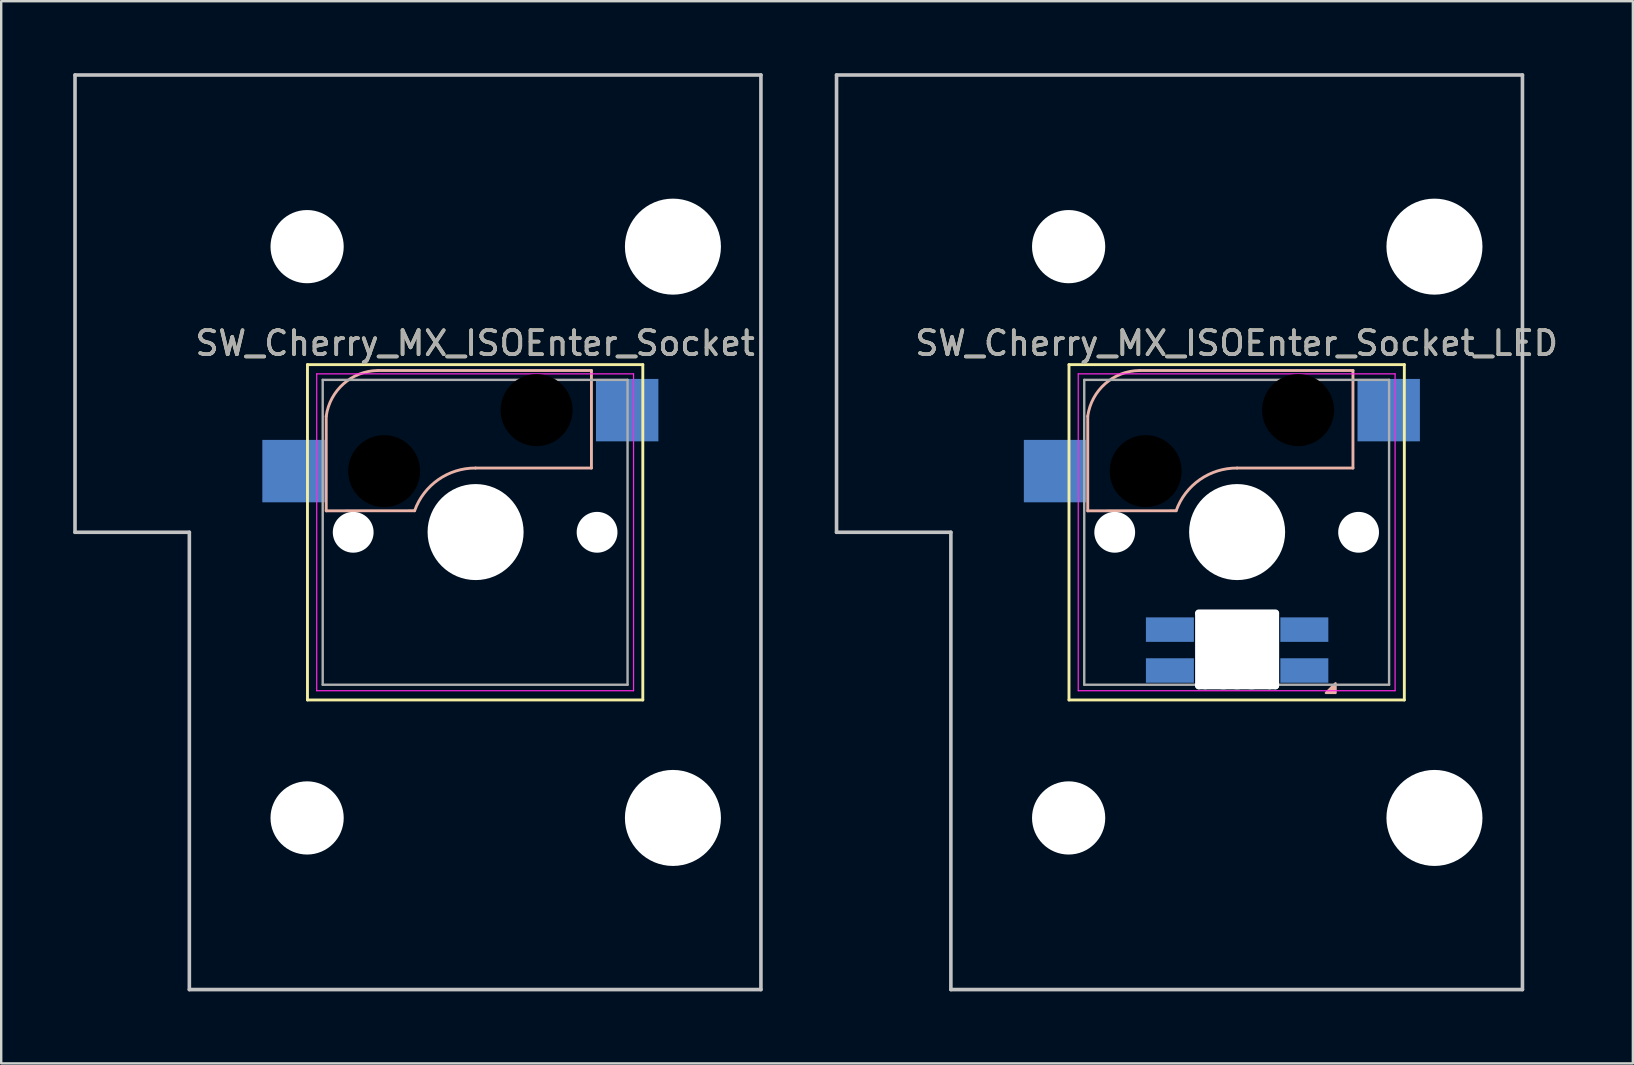
<source format=kicad_pcb>
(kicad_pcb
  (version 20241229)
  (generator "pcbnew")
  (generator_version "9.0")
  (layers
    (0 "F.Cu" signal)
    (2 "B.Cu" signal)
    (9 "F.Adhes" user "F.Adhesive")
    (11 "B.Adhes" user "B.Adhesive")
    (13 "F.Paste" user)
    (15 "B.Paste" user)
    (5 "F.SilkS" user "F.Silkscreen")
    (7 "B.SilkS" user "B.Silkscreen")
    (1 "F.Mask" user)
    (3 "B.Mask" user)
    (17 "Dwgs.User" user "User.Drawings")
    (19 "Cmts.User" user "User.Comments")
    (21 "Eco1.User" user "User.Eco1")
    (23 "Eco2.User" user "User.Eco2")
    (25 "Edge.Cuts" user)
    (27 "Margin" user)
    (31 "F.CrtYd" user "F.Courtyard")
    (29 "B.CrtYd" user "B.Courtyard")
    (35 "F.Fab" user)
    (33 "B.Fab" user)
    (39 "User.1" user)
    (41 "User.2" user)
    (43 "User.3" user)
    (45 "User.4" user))
  (footprint "SW_Cherry_MX_ISOEnter_Socket"
    (layer "F.Cu")
    (at 19.284 14.045)
    (property "Reference" "SW_Cherry_MX_ISOEnter_Socket" (at -2.54 -2.794 0) (layer "F.SilkS") (effects (font (size 1 1) (thickness 0.15))))
    (attr through_hole)
    (fp_line (start -9.525 -1.905) (end 4.445 -1.905) (stroke (width 0.12) (type solid)) (layer "F.SilkS"))
    (fp_line (start -9.525 12.065) (end -9.525 -1.905) (stroke (width 0.12) (type solid)) (layer "F.SilkS"))
    (fp_line (start 4.445 -1.905) (end 4.445 12.065) (stroke (width 0.12) (type solid)) (layer "F.SilkS"))
    (fp_line (start 4.445 12.065) (end -9.525 12.065) (stroke (width 0.12) (type solid)) (layer "F.SilkS"))
    (fp_line (start -8.744 4.186) (end -8.744 0.245) (stroke (width 0.12) (type solid)) (layer "B.SilkS"))
    (fp_line (start -8.744 4.186) (end -5.061 4.182) (stroke (width 0.12) (type solid)) (layer "B.SilkS"))
    (fp_line (start -2.521 2.404) (end 2.305 2.404) (stroke (width 0.12) (type solid)) (layer "B.SilkS"))
    (fp_line (start 2.305 -1.66) (end -6.585 -1.66) (stroke (width 0.12) (type solid)) (layer "B.SilkS"))
    (fp_line (start 2.305 2.404) (end 2.305 -1.66) (stroke (width 0.12) (type solid)) (layer "B.SilkS"))
    (fp_arc (start -8.74408 0.244744) (mid -8.018786 -1.10919) (end -6.58508 -1.660256) (stroke (width 0.12) (type solid)) (layer "B.SilkS"))
    (fp_arc (start -5.06108 4.181744) (mid -4.074771 2.887471) (end -2.52108 2.403744) (stroke (width 0.12) (type solid)) (layer "B.SilkS"))
    (fp_line (start -19.209 -13.97) (end 9.366 -13.97) (stroke (width 0.15) (type solid)) (layer "Dwgs.User"))
    (fp_line (start -19.209 5.08) (end -19.209 -13.97) (stroke (width 0.15) (type solid)) (layer "Dwgs.User"))
    (fp_line (start -14.446 5.08) (end -19.209 5.08) (stroke (width 0.15) (type solid)) (layer "Dwgs.User"))
    (fp_line (start -14.446 24.13) (end -14.446 5.08) (stroke (width 0.15) (type solid)) (layer "Dwgs.User"))
    (fp_line (start 9.366 -13.97) (end 9.366 24.13) (stroke (width 0.15) (type solid)) (layer "Dwgs.User"))
    (fp_line (start 9.366 24.13) (end -14.446 24.13) (stroke (width 0.15) (type solid)) (layer "Dwgs.User"))
    (fp_line (start -9.14 -1.52) (end 4.06 -1.52) (stroke (width 0.05) (type solid)) (layer "F.CrtYd"))
    (fp_line (start -9.14 11.68) (end -9.14 -1.52) (stroke (width 0.05) (type solid)) (layer "F.CrtYd"))
    (fp_line (start 4.06 -1.52) (end 4.06 11.68) (stroke (width 0.05) (type solid)) (layer "F.CrtYd"))
    (fp_line (start 4.06 11.68) (end -9.14 11.68) (stroke (width 0.05) (type solid)) (layer "F.CrtYd"))
    (fp_line (start -8.89 -1.27) (end 3.81 -1.27) (stroke (width 0.1) (type solid)) (layer "F.Fab"))
    (fp_line (start -8.89 11.43) (end -8.89 -1.27) (stroke (width 0.1) (type solid)) (layer "F.Fab"))
    (fp_line (start 3.81 -1.27) (end 3.81 11.43) (stroke (width 0.1) (type solid)) (layer "F.Fab"))
    (fp_line (start 3.81 11.43) (end -8.89 11.43) (stroke (width 0.1) (type solid)) (layer "F.Fab"))
    (fp_text user "${REFERENCE}" (at -2.54 -2.794 0) (layer "F.Fab") (effects (font (size 1 1) (thickness 0.15))))
    (pad "" np_thru_hole circle (at -9.54 -6.82) (size 3.05 3.05) (drill 3.05) (layers "*.Cu" "*.Mask"))
    (pad "" np_thru_hole circle (at -9.54 16.98) (size 3.05 3.05) (drill 3.05) (layers "*.Cu" "*.Mask"))
    (pad "" np_thru_hole circle (at -7.62 5.08) (size 1.7 1.7) (drill 1.7) (layers "*.Cu" "*.Mask"))
    (pad "" np_thru_hole circle (at -6.331 2.531 180) (size 3 3) (drill 3) (layers "*.Mask"))
    (pad "" np_thru_hole circle (at -2.521 5.071 90) (size 4 4) (drill 4) (layers "*.Cu" "*.Mask"))
    (pad "" np_thru_hole circle (at 0.019 -0.009 180) (size 3 3) (drill 3) (layers "*.Mask"))
    (pad "" np_thru_hole circle (at 2.54 5.08) (size 1.7 1.7) (drill 1.7) (layers "*.Cu" "*.Mask"))
    (pad "" np_thru_hole circle (at 5.7 -6.82) (size 4 4) (drill 4) (layers "*.Cu" "*.Mask"))
    (pad "" np_thru_hole circle (at 5.7 16.98) (size 4 4) (drill 4) (layers "*.Cu" "*.Mask"))
    (pad "1" smd rect (at 3.794 -0.009 180) (size 2.6 2.6) (layers "B.Cu" "B.Mask" "B.Paste"))
    (pad "2" smd rect (at -10.106 2.531 180) (size 2.6 2.6) (layers "B.Cu" "B.Mask" "B.Paste")))
  (footprint "SW_Cherry_MX_ISOEnter_Socket_LED"
    (layer "F.Cu")
    (at 51.009 14.045)
    (property "Reference" "SW_Cherry_MX_ISOEnter_Socket_LED" (at -2.54 -2.794 0) (layer "F.SilkS") (effects (font (size 1 1) (thickness 0.15))))
    (attr through_hole)
    (fp_line (start -9.525 -1.905) (end 4.445 -1.905) (stroke (width 0.12) (type solid)) (layer "F.SilkS"))
    (fp_line (start -9.525 12.065) (end -9.525 -1.905) (stroke (width 0.12) (type solid)) (layer "F.SilkS"))
    (fp_line (start 4.445 -1.905) (end 4.445 12.065) (stroke (width 0.12) (type solid)) (layer "F.SilkS"))
    (fp_line (start 4.445 12.065) (end -9.525 12.065) (stroke (width 0.12) (type solid)) (layer "F.SilkS"))
    (fp_line (start -8.744 4.186) (end -8.744 0.245) (stroke (width 0.12) (type solid)) (layer "B.SilkS"))
    (fp_line (start -8.744 4.186) (end -5.061 4.182) (stroke (width 0.12) (type solid)) (layer "B.SilkS"))
    (fp_line (start -2.521 2.404) (end 2.305 2.404) (stroke (width 0.12) (type solid)) (layer "B.SilkS"))
    (fp_line (start 2.305 -1.66) (end -6.585 -1.66) (stroke (width 0.12) (type solid)) (layer "B.SilkS"))
    (fp_line (start 2.305 2.404) (end 2.305 -1.66) (stroke (width 0.12) (type solid)) (layer "B.SilkS"))
    (fp_arc (start -8.74408 0.244744) (mid -8.018786 -1.10919) (end -6.58508 -1.660256) (stroke (width 0.12) (type solid)) (layer "B.SilkS"))
    (fp_arc (start -5.06108 4.181744) (mid -4.074771 2.887471) (end -2.52108 2.403744) (stroke (width 0.12) (type solid)) (layer "B.SilkS"))
    (fp_poly (pts (xy 1.579 11.371) (xy 1.579 11.771) (xy 1.179 11.771)) (stroke (width 0.1) (type solid)) (fill yes) (layer "B.SilkS"))
    (fp_line (start -19.209 -13.97) (end 9.366 -13.97) (stroke (width 0.15) (type solid)) (layer "Dwgs.User"))
    (fp_line (start -19.209 5.08) (end -19.209 -13.97) (stroke (width 0.15) (type solid)) (layer "Dwgs.User"))
    (fp_line (start -14.446 5.08) (end -19.209 5.08) (stroke (width 0.15) (type solid)) (layer "Dwgs.User"))
    (fp_line (start -14.446 24.13) (end -14.446 5.08) (stroke (width 0.15) (type solid)) (layer "Dwgs.User"))
    (fp_line (start 9.366 -13.97) (end 9.366 24.13) (stroke (width 0.15) (type solid)) (layer "Dwgs.User"))
    (fp_line (start 9.366 24.13) (end -14.446 24.13) (stroke (width 0.15) (type solid)) (layer "Dwgs.User"))
    (fp_line (start -9.14 -1.52) (end 4.06 -1.52) (stroke (width 0.05) (type solid)) (layer "F.CrtYd"))
    (fp_line (start -9.14 11.68) (end -9.14 -1.52) (stroke (width 0.05) (type solid)) (layer "F.CrtYd"))
    (fp_line (start 4.06 -1.52) (end 4.06 11.68) (stroke (width 0.05) (type solid)) (layer "F.CrtYd"))
    (fp_line (start 4.06 11.68) (end -9.14 11.68) (stroke (width 0.05) (type solid)) (layer "F.CrtYd"))
    (fp_line (start -8.89 -1.27) (end 3.81 -1.27) (stroke (width 0.1) (type solid)) (layer "F.Fab"))
    (fp_line (start -8.89 11.43) (end -8.89 -1.27) (stroke (width 0.1) (type solid)) (layer "F.Fab"))
    (fp_line (start 3.81 -1.27) (end 3.81 11.43) (stroke (width 0.1) (type solid)) (layer "F.Fab"))
    (fp_line (start 3.81 11.43) (end -8.89 11.43) (stroke (width 0.1) (type solid)) (layer "F.Fab"))
    (fp_text user "${REFERENCE}" (at -2.54 -2.794 0) (layer "F.Fab") (effects (font (size 1 1) (thickness 0.15))))
    (pad "" np_thru_hole circle (at -9.54 -6.82) (size 3.05 3.05) (drill 3.05) (layers "*.Cu" "*.Mask"))
    (pad "" np_thru_hole circle (at -9.54 16.98) (size 3.05 3.05) (drill 3.05) (layers "*.Cu" "*.Mask"))
    (pad "" np_thru_hole circle (at -7.62 5.08) (size 1.7 1.7) (drill 1.7) (layers "*.Cu" "*.Mask"))
    (pad "" np_thru_hole circle (at -6.331 2.531 180) (size 3 3) (drill 3) (layers "*.Mask"))
    (pad "" np_thru_hole oval (at -4.121 9.971 180) (size 0.3 3.3) (drill oval 0.3 3.3) (layers "*.Cu" "*.Mask"))
    (pad "" np_thru_hole oval (at -3.846 9.971 180) (size 0.5 3.3) (drill oval 0.5 3.3) (layers "*.Cu" "*.Mask"))
    (pad "" np_thru_hole oval (at -3.096 9.971 180) (size 1.7 3.3) (drill oval 1.7 3.3) (layers "*.Cu" "*.Mask"))
    (pad "" np_thru_hole circle (at -2.521 5.071 90) (size 4 4) (drill 4) (layers "*.Cu" "*.Mask"))
    (pad "" np_thru_hole oval (at -2.521 8.446 90) (size 0.3 3.5) (drill oval 0.3 3.5) (layers "*.Cu" "*.Mask"))
    (pad "" np_thru_hole oval (at -2.521 9.971 180) (size 1.7 3.3) (drill oval 1.7 3.3) (layers "*.Cu" "*.Mask"))
    (pad "" np_thru_hole oval (at -2.521 11.471 90) (size 0.3 3.5) (drill oval 0.3 3.5) (layers "*.Cu" "*.Mask"))
    (pad "" np_thru_hole oval (at -1.921 9.971 180) (size 1.65 3.3) (drill oval 1.65 3.3) (layers "*.Cu" "*.Mask"))
    (pad "" np_thru_hole oval (at -1.171 9.971) (size 0.5 3.3) (drill oval 0.5 3.3) (layers "*.Cu" "*.Mask"))
    (pad "" np_thru_hole oval (at -0.921 9.971 180) (size 0.3 3.3) (drill oval 0.3 3.3) (layers "*.Cu" "*.Mask"))
    (pad "" np_thru_hole circle (at 0.019 -0.009 180) (size 3 3) (drill 3) (layers "*.Mask"))
    (pad "" np_thru_hole circle (at 2.54 5.08) (size 1.7 1.7) (drill 1.7) (layers "*.Cu" "*.Mask"))
    (pad "" np_thru_hole circle (at 5.7 -6.82) (size 4 4) (drill 4) (layers "*.Cu" "*.Mask"))
    (pad "" np_thru_hole circle (at 5.7 16.98) (size 4 4) (drill 4) (layers "*.Cu" "*.Mask"))
    (pad "1" smd rect (at 3.794 -0.009 180) (size 2.6 2.6) (layers "B.Cu" "B.Mask" "B.Paste"))
    (pad "2" smd rect (at -10.106 2.531 180) (size 2.6 2.6) (layers "B.Cu" "B.Mask" "B.Paste"))
    (pad "3" smd rect (at -5.321 9.135 180) (size 2 1.02) (layers "B.Cu" "B.Mask" "B.Paste"))
    (pad "4" smd rect (at -5.321 10.838 180) (size 2 1.02) (layers "B.Cu" "B.Mask" "B.Paste"))
    (pad "5" smd rect (at 0.279 10.838 180) (size 2 1.02) (layers "B.Cu" "B.Mask" "B.Paste"))
    (pad "6" smd rect (at 0.279 9.135 180) (size 2 1.02) (layers "B.Cu" "B.Mask" "B.Paste")))
  (gr_rect
    (start -3 -3)
    (end 64.975 41.25)
    (stroke (width 0.1) (type default))
    (fill no)
    (layer "Edge.Cuts")))
</source>
